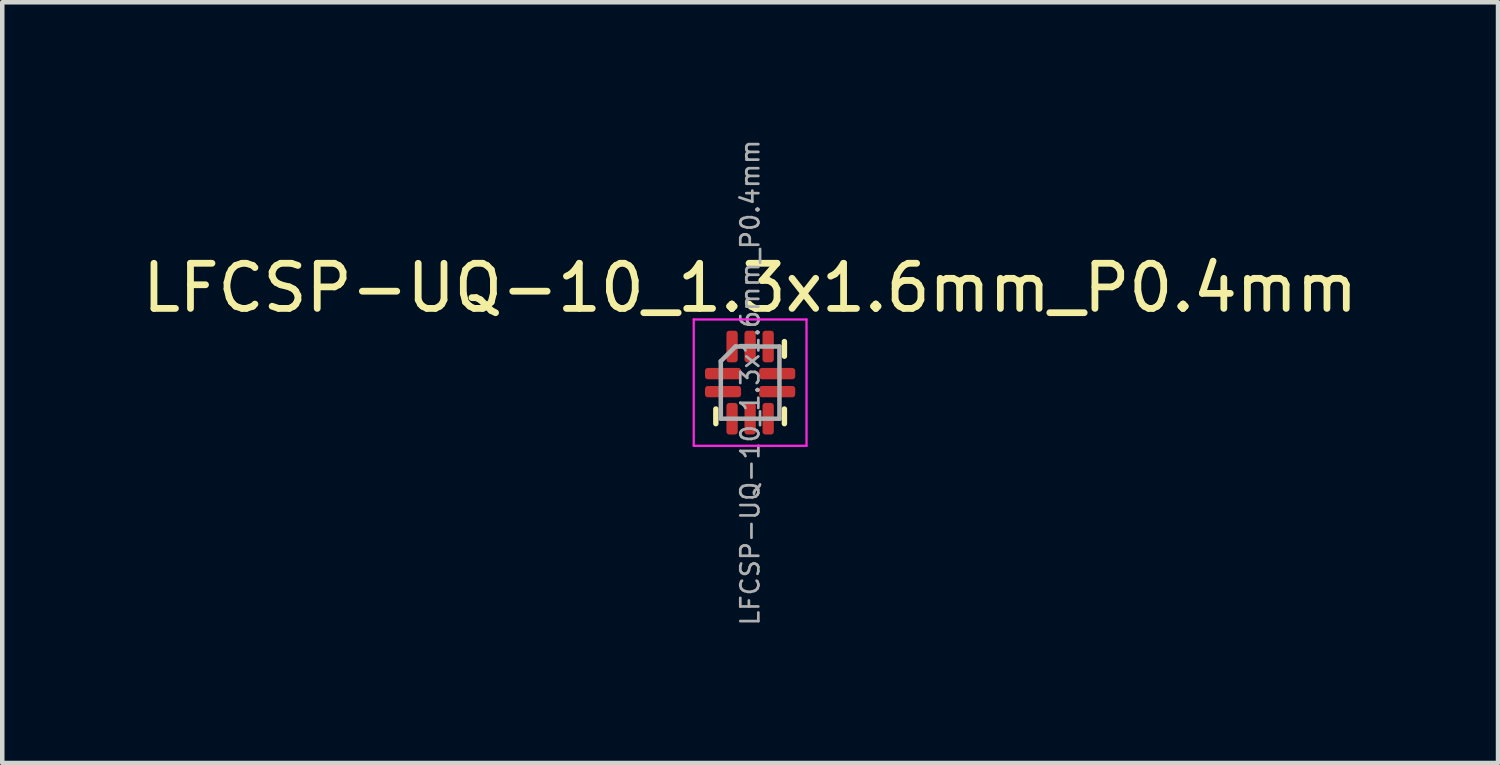
<source format=kicad_pcb>
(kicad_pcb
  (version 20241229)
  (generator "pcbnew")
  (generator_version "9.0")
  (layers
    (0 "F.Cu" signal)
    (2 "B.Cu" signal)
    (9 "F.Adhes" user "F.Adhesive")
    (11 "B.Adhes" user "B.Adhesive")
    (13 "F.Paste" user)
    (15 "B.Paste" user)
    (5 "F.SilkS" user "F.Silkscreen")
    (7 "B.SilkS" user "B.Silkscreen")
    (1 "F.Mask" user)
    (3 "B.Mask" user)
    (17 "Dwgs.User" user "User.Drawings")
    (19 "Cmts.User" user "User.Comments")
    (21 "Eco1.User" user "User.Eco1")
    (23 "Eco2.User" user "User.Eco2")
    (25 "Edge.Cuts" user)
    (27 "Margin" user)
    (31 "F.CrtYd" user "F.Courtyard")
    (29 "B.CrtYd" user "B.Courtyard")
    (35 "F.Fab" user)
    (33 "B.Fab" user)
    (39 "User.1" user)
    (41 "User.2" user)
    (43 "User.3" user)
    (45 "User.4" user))
  (footprint "LFCSP-UQ-10_1.3x1.6mm_P0.4mm"
    (layer "F.Cu")
    (at 13.577 5.431)
    (property "Reference" "LFCSP-UQ-10_1.3x1.6mm_P0.4mm" (at 0 -2.1 0) (layer "F.SilkS") (effects (font (size 1 1) (thickness 0.15))))
    (attr smd)
    (fp_line (start -0.76 0.91) (end -0.76 0.585) (stroke (width 0.12) (type solid)) (layer "F.SilkS"))
    (fp_line (start 0.76 -0.91) (end 0.76 -0.585) (stroke (width 0.12) (type solid)) (layer "F.SilkS"))
    (fp_line (start 0.76 0.91) (end 0.76 0.585) (stroke (width 0.12) (type solid)) (layer "F.SilkS"))
    (fp_line (start -1.25 -1.4) (end -1.25 1.4) (stroke (width 0.05) (type solid)) (layer "F.CrtYd"))
    (fp_line (start -1.25 1.4) (end 1.25 1.4) (stroke (width 0.05) (type solid)) (layer "F.CrtYd"))
    (fp_line (start 1.25 -1.4) (end -1.25 -1.4) (stroke (width 0.05) (type solid)) (layer "F.CrtYd"))
    (fp_line (start 1.25 1.4) (end 1.25 -1.4) (stroke (width 0.05) (type solid)) (layer "F.CrtYd"))
    (fp_line (start -0.65 -0.475) (end -0.325 -0.8) (stroke (width 0.1) (type solid)) (layer "F.Fab"))
    (fp_line (start -0.65 0.8) (end -0.65 -0.475) (stroke (width 0.1) (type solid)) (layer "F.Fab"))
    (fp_line (start -0.325 -0.8) (end 0.65 -0.8) (stroke (width 0.1) (type solid)) (layer "F.Fab"))
    (fp_line (start 0.65 -0.8) (end 0.65 0.8) (stroke (width 0.1) (type solid)) (layer "F.Fab"))
    (fp_line (start 0.65 0.8) (end -0.65 0.8) (stroke (width 0.1) (type solid)) (layer "F.Fab"))
    (fp_text user "${REFERENCE}" (at 0 0 90) (layer "F.Fab") (effects (font (size 0.4 0.4) (thickness 0.06))))
    (pad "1" smd roundrect (at -0.6 -0.2) (size 0.8 0.25) (layers "F.Cu" "F.Mask" "F.Paste") (roundrect_rratio 0.25))
    (pad "2" smd roundrect (at -0.6 0.2) (size 0.8 0.25) (layers "F.Cu" "F.Mask" "F.Paste") (roundrect_rratio 0.25))
    (pad "3" smd roundrect (at -0.4 0.8) (size 0.25 0.7) (layers "F.Cu" "F.Mask" "F.Paste") (roundrect_rratio 0.25))
    (pad "4" smd roundrect (at 0 0.8) (size 0.25 0.7) (layers "F.Cu" "F.Mask" "F.Paste") (roundrect_rratio 0.25))
    (pad "5" smd roundrect (at 0.4 0.8) (size 0.25 0.7) (layers "F.Cu" "F.Mask" "F.Paste") (roundrect_rratio 0.25))
    (pad "6" smd roundrect (at 0.6 0.2) (size 0.8 0.25) (layers "F.Cu" "F.Mask" "F.Paste") (roundrect_rratio 0.25))
    (pad "7" smd roundrect (at 0.6 -0.2) (size 0.8 0.25) (layers "F.Cu" "F.Mask" "F.Paste") (roundrect_rratio 0.25))
    (pad "8" smd roundrect (at 0.4 -0.8) (size 0.25 0.7) (layers "F.Cu" "F.Mask" "F.Paste") (roundrect_rratio 0.25))
    (pad "9" smd roundrect (at 0 -0.8) (size 0.25 0.7) (layers "F.Cu" "F.Mask" "F.Paste") (roundrect_rratio 0.25))
    (pad "10" smd roundrect (at -0.4 -0.8) (size 0.25 0.7) (layers "F.Cu" "F.Mask" "F.Paste") (roundrect_rratio 0.25)))
  (gr_rect
    (start -3 -3)
    (end 30.155 13.862)
    (stroke (width 0.1) (type default))
    (fill no)
    (layer "Edge.Cuts")))
</source>
